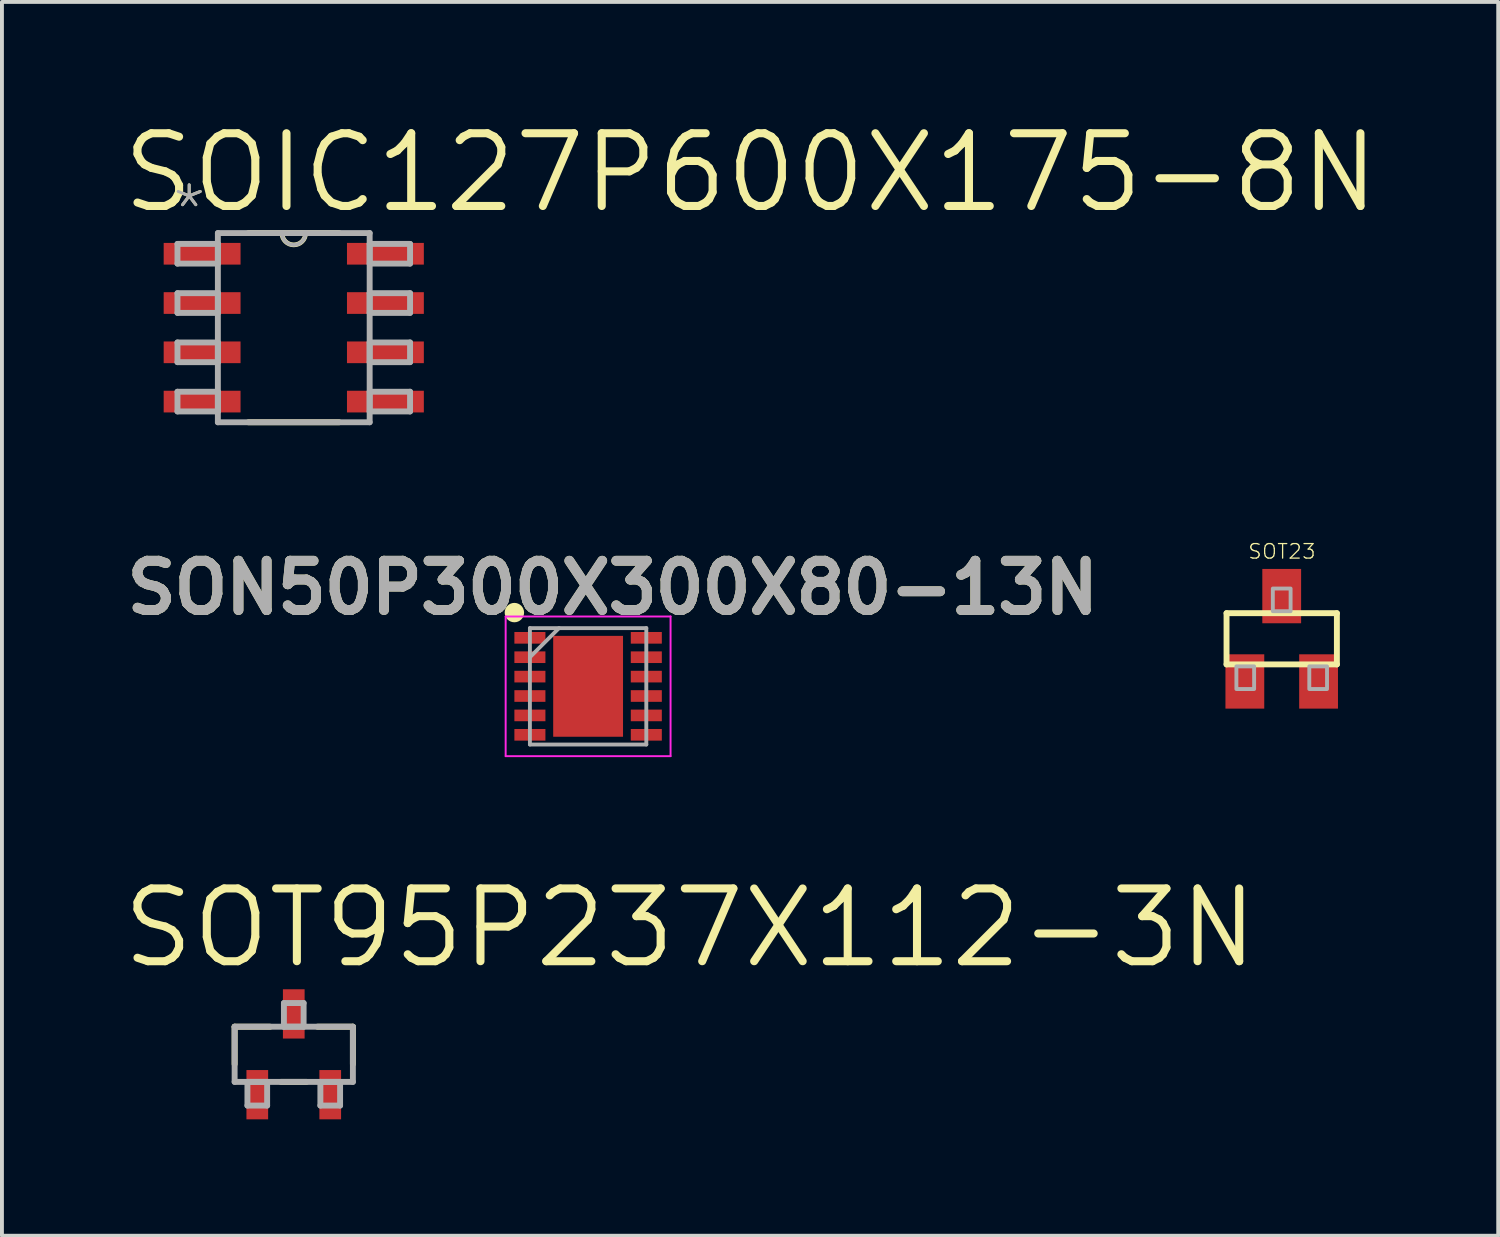
<source format=kicad_pcb>
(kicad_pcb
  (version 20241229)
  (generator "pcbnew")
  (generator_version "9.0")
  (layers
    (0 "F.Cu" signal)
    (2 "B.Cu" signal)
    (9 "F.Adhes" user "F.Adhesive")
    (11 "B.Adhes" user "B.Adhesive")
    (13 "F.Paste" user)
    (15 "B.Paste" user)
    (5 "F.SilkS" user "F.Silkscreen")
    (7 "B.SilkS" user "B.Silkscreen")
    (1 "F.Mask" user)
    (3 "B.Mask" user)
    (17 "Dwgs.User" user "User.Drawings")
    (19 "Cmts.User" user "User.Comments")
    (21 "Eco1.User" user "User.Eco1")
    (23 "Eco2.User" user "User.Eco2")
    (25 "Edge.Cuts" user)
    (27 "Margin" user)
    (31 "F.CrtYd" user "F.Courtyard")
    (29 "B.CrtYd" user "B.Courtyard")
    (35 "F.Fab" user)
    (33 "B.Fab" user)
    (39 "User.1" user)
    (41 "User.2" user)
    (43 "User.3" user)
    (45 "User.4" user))
  (footprint "SOIC127P600X175-8N"
    (layer "F.Cu")
    (at 4.521 5.395)
    (property "Reference" "SOIC127P600X175-8N" (at -4.521 -2.896 0) (layer "F.SilkS") (effects (font (size 1.875 1.875) (thickness 0.208)) (justify left bottom)))
    (fp_line (start -1.168 2.438) (end 1.168 2.438) (stroke (width 0.152) (type solid)) (layer "F.SilkS"))
    (fp_line (start -0.305 -2.438) (end -1.168 -2.438) (stroke (width 0.152) (type solid)) (layer "F.SilkS"))
    (fp_line (start 0.305 -2.438) (end -0.305 -2.438) (stroke (width 0.152) (type solid)) (layer "F.SilkS"))
    (fp_line (start 1.168 -2.438) (end 0.305 -2.438) (stroke (width 0.152) (type solid)) (layer "F.SilkS"))
    (fp_arc (start 0.3048 -2.4384) (mid 0 -2.1336) (end -0.3048 -2.4384) (stroke (width 0.12) (type solid)) (layer "F.SilkS"))
    (fp_line (start -2.997 -2.159) (end -2.997 -1.651) (stroke (width 0.152) (type solid)) (layer "F.Fab"))
    (fp_line (start -2.997 -1.651) (end -1.956 -1.651) (stroke (width 0.152) (type solid)) (layer "F.Fab"))
    (fp_line (start -2.997 -0.889) (end -2.997 -0.381) (stroke (width 0.152) (type solid)) (layer "F.Fab"))
    (fp_line (start -2.997 -0.381) (end -1.956 -0.381) (stroke (width 0.152) (type solid)) (layer "F.Fab"))
    (fp_line (start -2.997 0.381) (end -2.997 0.889) (stroke (width 0.152) (type solid)) (layer "F.Fab"))
    (fp_line (start -2.997 0.889) (end -1.956 0.889) (stroke (width 0.152) (type solid)) (layer "F.Fab"))
    (fp_line (start -2.997 1.651) (end -2.997 2.159) (stroke (width 0.152) (type solid)) (layer "F.Fab"))
    (fp_line (start -2.997 2.159) (end -1.956 2.159) (stroke (width 0.152) (type solid)) (layer "F.Fab"))
    (fp_line (start -1.956 -2.438) (end -1.956 2.438) (stroke (width 0.152) (type solid)) (layer "F.Fab"))
    (fp_line (start -1.956 -2.159) (end -2.997 -2.159) (stroke (width 0.152) (type solid)) (layer "F.Fab"))
    (fp_line (start -1.956 -1.651) (end -1.956 -2.159) (stroke (width 0.152) (type solid)) (layer "F.Fab"))
    (fp_line (start -1.956 -0.889) (end -2.997 -0.889) (stroke (width 0.152) (type solid)) (layer "F.Fab"))
    (fp_line (start -1.956 -0.381) (end -1.956 -0.889) (stroke (width 0.152) (type solid)) (layer "F.Fab"))
    (fp_line (start -1.956 0.381) (end -2.997 0.381) (stroke (width 0.152) (type solid)) (layer "F.Fab"))
    (fp_line (start -1.956 0.889) (end -1.956 0.381) (stroke (width 0.152) (type solid)) (layer "F.Fab"))
    (fp_line (start -1.956 1.651) (end -2.997 1.651) (stroke (width 0.152) (type solid)) (layer "F.Fab"))
    (fp_line (start -1.956 2.159) (end -1.956 1.651) (stroke (width 0.152) (type solid)) (layer "F.Fab"))
    (fp_line (start -1.956 2.438) (end 1.956 2.438) (stroke (width 0.152) (type solid)) (layer "F.Fab"))
    (fp_line (start -0.305 -2.438) (end -1.956 -2.438) (stroke (width 0.152) (type solid)) (layer "F.Fab"))
    (fp_line (start 0.305 -2.438) (end -0.305 -2.438) (stroke (width 0.152) (type solid)) (layer "F.Fab"))
    (fp_line (start 1.956 -2.438) (end 0.305 -2.438) (stroke (width 0.152) (type solid)) (layer "F.Fab"))
    (fp_line (start 1.956 -2.159) (end 1.956 -1.651) (stroke (width 0.152) (type solid)) (layer "F.Fab"))
    (fp_line (start 1.956 -1.651) (end 2.997 -1.651) (stroke (width 0.152) (type solid)) (layer "F.Fab"))
    (fp_line (start 1.956 -0.889) (end 1.956 -0.381) (stroke (width 0.152) (type solid)) (layer "F.Fab"))
    (fp_line (start 1.956 -0.381) (end 2.997 -0.381) (stroke (width 0.152) (type solid)) (layer "F.Fab"))
    (fp_line (start 1.956 0.381) (end 1.956 0.889) (stroke (width 0.152) (type solid)) (layer "F.Fab"))
    (fp_line (start 1.956 0.889) (end 2.997 0.889) (stroke (width 0.152) (type solid)) (layer "F.Fab"))
    (fp_line (start 1.956 1.651) (end 1.956 2.159) (stroke (width 0.152) (type solid)) (layer "F.Fab"))
    (fp_line (start 1.956 2.159) (end 2.997 2.159) (stroke (width 0.152) (type solid)) (layer "F.Fab"))
    (fp_line (start 1.956 2.438) (end 1.956 -2.438) (stroke (width 0.152) (type solid)) (layer "F.Fab"))
    (fp_line (start 2.997 -2.159) (end 1.956 -2.159) (stroke (width 0.152) (type solid)) (layer "F.Fab"))
    (fp_line (start 2.997 -1.651) (end 2.997 -2.159) (stroke (width 0.152) (type solid)) (layer "F.Fab"))
    (fp_line (start 2.997 -0.889) (end 1.956 -0.889) (stroke (width 0.152) (type solid)) (layer "F.Fab"))
    (fp_line (start 2.997 -0.381) (end 2.997 -0.889) (stroke (width 0.152) (type solid)) (layer "F.Fab"))
    (fp_line (start 2.997 0.381) (end 1.956 0.381) (stroke (width 0.152) (type solid)) (layer "F.Fab"))
    (fp_line (start 2.997 0.889) (end 2.997 0.381) (stroke (width 0.152) (type solid)) (layer "F.Fab"))
    (fp_line (start 2.997 1.651) (end 1.956 1.651) (stroke (width 0.152) (type solid)) (layer "F.Fab"))
    (fp_line (start 2.997 2.159) (end 2.997 1.651) (stroke (width 0.152) (type solid)) (layer "F.Fab"))
    (fp_arc (start 0.3048 -2.4384) (mid 0 -2.1336) (end -0.3048 -2.4384) (stroke (width 0.1) (type solid)) (layer "F.Fab"))
    (fp_text user "*" (at -3.2 -2.337 0) (layer "F.SilkS") (effects (font (size 1.194 1.194) (thickness 0.076)) (justify left bottom)))
    (fp_text user "*" (at -3.2 -2.337 0) (layer "F.Fab") (effects (font (size 1.194 1.194) (thickness 0.076)) (justify left bottom)))
    (pad "1" smd rect (at -2.362 -1.905) (size 1.981 0.559) (layers "F.Cu" "F.Mask" "F.Paste"))
    (pad "2" smd rect (at -2.362 -0.635) (size 1.981 0.559) (layers "F.Cu" "F.Mask" "F.Paste"))
    (pad "3" smd rect (at -2.362 0.635) (size 1.981 0.559) (layers "F.Cu" "F.Mask" "F.Paste"))
    (pad "4" smd rect (at -2.362 1.905) (size 1.981 0.559) (layers "F.Cu" "F.Mask" "F.Paste"))
    (pad "5" smd rect (at 2.362 1.905) (size 1.981 0.559) (layers "F.Cu" "F.Mask" "F.Paste"))
    (pad "6" smd rect (at 2.362 0.635) (size 1.981 0.559) (layers "F.Cu" "F.Mask" "F.Paste"))
    (pad "7" smd rect (at 2.362 -0.635) (size 1.981 0.559) (layers "F.Cu" "F.Mask" "F.Paste"))
    (pad "8" smd rect (at 2.362 -1.905) (size 1.981 0.559) (layers "F.Cu" "F.Mask" "F.Paste")))
  (footprint "SOT23"
    (layer "F.Cu")
    (at 29.983 13.413)
    (property "Reference" "SOT23" (at -0.889 -2.032 0) (layer "F.SilkS") (effects (font (size 0.374 0.374) (thickness 0.033)) (justify left bottom)))
    (fp_line (start -1.422 -0.66) (end 1.422 -0.66) (stroke (width 0.152) (type solid)) (layer "F.SilkS"))
    (fp_line (start -1.422 0.66) (end -1.422 -0.66) (stroke (width 0.152) (type solid)) (layer "F.SilkS"))
    (fp_line (start 1.422 -0.66) (end 1.422 0.66) (stroke (width 0.152) (type solid)) (layer "F.SilkS"))
    (fp_line (start 1.422 0.66) (end -1.422 0.66) (stroke (width 0.152) (type solid)) (layer "F.SilkS"))
    (fp_poly (pts (xy -1.168 1.295) (xy -0.711 1.295) (xy -0.711 0.711) (xy -1.168 0.711)) (stroke (width 0.1) (type solid)) (fill no) (layer "F.Fab"))
    (fp_poly (pts (xy -0.229 -0.711) (xy 0.229 -0.711) (xy 0.229 -1.295) (xy -0.229 -1.295)) (stroke (width 0.1) (type solid)) (fill no) (layer "F.Fab"))
    (fp_poly (pts (xy 0.711 1.295) (xy 1.168 1.295) (xy 1.168 0.711) (xy 0.711 0.711)) (stroke (width 0.1) (type solid)) (fill no) (layer "F.Fab"))
    (pad "1" smd rect (at -0.95 1.1) (size 1 1.4) (layers "F.Cu" "F.Mask" "F.Paste"))
    (pad "2" smd rect (at 0.95 1.1) (size 1 1.4) (layers "F.Cu" "F.Mask" "F.Paste"))
    (pad "3" smd rect (at 0 -1.1) (size 1 1.4) (layers "F.Cu" "F.Mask" "F.Paste")))
  (footprint "SOT95P237X112-3N"
    (layer "F.Cu")
    (at 4.521 24.122)
    (property "Reference" "SOT95P237X112-3N" (at -4.521 -2.159 0) (layer "F.SilkS") (effects (font (size 1.875 1.875) (thickness 0.208)) (justify left bottom)))
    (fp_line (start -1.524 -0.711) (end -1.524 0.254) (stroke (width 0.152) (type solid)) (layer "F.SilkS"))
    (fp_line (start -0.61 -0.711) (end -1.524 -0.711) (stroke (width 0.152) (type solid)) (layer "F.SilkS"))
    (fp_line (start -0.33 0.711) (end 0.33 0.711) (stroke (width 0.152) (type solid)) (layer "F.SilkS"))
    (fp_line (start 1.524 -0.711) (end 0.61 -0.711) (stroke (width 0.152) (type solid)) (layer "F.SilkS"))
    (fp_line (start 1.524 0.254) (end 1.524 -0.711) (stroke (width 0.152) (type solid)) (layer "F.SilkS"))
    (fp_line (start -1.524 -0.711) (end -1.524 0.711) (stroke (width 0.152) (type solid)) (layer "F.Fab"))
    (fp_line (start -1.524 0.711) (end 1.524 0.711) (stroke (width 0.152) (type solid)) (layer "F.Fab"))
    (fp_line (start -1.194 0.711) (end -1.194 1.321) (stroke (width 0.152) (type solid)) (layer "F.Fab"))
    (fp_line (start -1.194 1.321) (end -0.686 1.321) (stroke (width 0.152) (type solid)) (layer "F.Fab"))
    (fp_line (start -0.686 0.711) (end -1.194 0.711) (stroke (width 0.152) (type solid)) (layer "F.Fab"))
    (fp_line (start -0.686 1.321) (end -0.686 0.711) (stroke (width 0.152) (type solid)) (layer "F.Fab"))
    (fp_line (start -0.254 -1.321) (end -0.254 -0.711) (stroke (width 0.152) (type solid)) (layer "F.Fab"))
    (fp_line (start -0.254 -0.711) (end 0.254 -0.711) (stroke (width 0.152) (type solid)) (layer "F.Fab"))
    (fp_line (start 0.254 -1.321) (end -0.254 -1.321) (stroke (width 0.152) (type solid)) (layer "F.Fab"))
    (fp_line (start 0.254 -0.711) (end 0.254 -1.321) (stroke (width 0.152) (type solid)) (layer "F.Fab"))
    (fp_line (start 0.686 0.711) (end 0.686 1.321) (stroke (width 0.152) (type solid)) (layer "F.Fab"))
    (fp_line (start 0.686 1.321) (end 1.194 1.321) (stroke (width 0.152) (type solid)) (layer "F.Fab"))
    (fp_line (start 1.194 0.711) (end 0.686 0.711) (stroke (width 0.152) (type solid)) (layer "F.Fab"))
    (fp_line (start 1.194 1.321) (end 1.194 0.711) (stroke (width 0.152) (type solid)) (layer "F.Fab"))
    (fp_line (start 1.524 -0.711) (end -1.524 -0.711) (stroke (width 0.152) (type solid)) (layer "F.Fab"))
    (fp_line (start 1.524 0.711) (end 1.524 -0.711) (stroke (width 0.152) (type solid)) (layer "F.Fab"))
    (pad "1" smd rect (at -0.94 1.041) (size 0.559 1.27) (layers "F.Cu" "F.Mask" "F.Paste"))
    (pad "2" smd rect (at 0.94 1.041) (size 0.559 1.27) (layers "F.Cu" "F.Mask" "F.Paste"))
    (pad "3" smd rect (at 0 -1.041) (size 0.559 1.27) (layers "F.Cu" "F.Mask" "F.Paste")))
  (footprint "SON50P300X300X80-13N"
    (layer "F.Cu")
    (at 12.107 14.638)
    (property "Reference" "SON50P300X300X80-13N" (at 0.635 -2.54 0) (layer "F.SilkS") (effects (font (size 1.27 1.27) (thickness 0.254))))
    (attr smd)
    (fp_circle (center -1.9 -1.9) (end -1.9 -1.775) (stroke (width 0.25) (type solid)) (fill no) (layer "F.SilkS"))
    (fp_line (start -2.125 -1.8) (end 2.125 -1.8) (stroke (width 0.05) (type solid)) (layer "F.CrtYd"))
    (fp_line (start -2.125 1.8) (end -2.125 -1.8) (stroke (width 0.05) (type solid)) (layer "F.CrtYd"))
    (fp_line (start 2.125 -1.8) (end 2.125 1.8) (stroke (width 0.05) (type solid)) (layer "F.CrtYd"))
    (fp_line (start 2.125 1.8) (end -2.125 1.8) (stroke (width 0.05) (type solid)) (layer "F.CrtYd"))
    (fp_line (start -1.5 -1.5) (end 1.5 -1.5) (stroke (width 0.1) (type solid)) (layer "F.Fab"))
    (fp_line (start -1.5 -0.75) (end -0.75 -1.5) (stroke (width 0.1) (type solid)) (layer "F.Fab"))
    (fp_line (start -1.5 1.5) (end -1.5 -1.5) (stroke (width 0.1) (type solid)) (layer "F.Fab"))
    (fp_line (start 1.5 -1.5) (end 1.5 1.5) (stroke (width 0.1) (type solid)) (layer "F.Fab"))
    (fp_line (start 1.5 1.5) (end -1.5 1.5) (stroke (width 0.1) (type solid)) (layer "F.Fab"))
    (fp_text user "${REFERENCE}" (at 0.635 -2.54 0) (layer "F.Fab") (effects (font (size 1.27 1.27) (thickness 0.254))))
    (pad "1" smd rect (at -1.5 -1.25 90) (size 0.3 0.8) (layers "F.Cu" "F.Mask" "F.Paste"))
    (pad "2" smd rect (at -1.5 -0.75 90) (size 0.3 0.8) (layers "F.Cu" "F.Mask" "F.Paste"))
    (pad "3" smd rect (at -1.5 -0.25 90) (size 0.3 0.8) (layers "F.Cu" "F.Mask" "F.Paste"))
    (pad "4" smd rect (at -1.5 0.25 90) (size 0.3 0.8) (layers "F.Cu" "F.Mask" "F.Paste"))
    (pad "5" smd rect (at -1.5 0.75 90) (size 0.3 0.8) (layers "F.Cu" "F.Mask" "F.Paste"))
    (pad "6" smd rect (at -1.5 1.25 90) (size 0.3 0.8) (layers "F.Cu" "F.Mask" "F.Paste"))
    (pad "7" smd rect (at 1.5 1.25 90) (size 0.3 0.8) (layers "F.Cu" "F.Mask" "F.Paste"))
    (pad "8" smd rect (at 1.5 0.75 90) (size 0.3 0.8) (layers "F.Cu" "F.Mask" "F.Paste"))
    (pad "9" smd rect (at 1.5 0.25 90) (size 0.3 0.8) (layers "F.Cu" "F.Mask" "F.Paste"))
    (pad "10" smd rect (at 1.5 -0.25 90) (size 0.3 0.8) (layers "F.Cu" "F.Mask" "F.Paste"))
    (pad "11" smd rect (at 1.5 -0.75 90) (size 0.3 0.8) (layers "F.Cu" "F.Mask" "F.Paste"))
    (pad "12" smd rect (at 1.5 -1.25 90) (size 0.3 0.8) (layers "F.Cu" "F.Mask" "F.Paste"))
    (pad "13" smd rect (at 0 0) (size 1.8 2.6) (layers "F.Cu" "F.Mask" "F.Paste")))
  (gr_rect
    (start -3 -3)
    (end 35.563 28.798)
    (stroke (width 0.1) (type default))
    (fill no)
    (layer "Edge.Cuts")))
</source>
